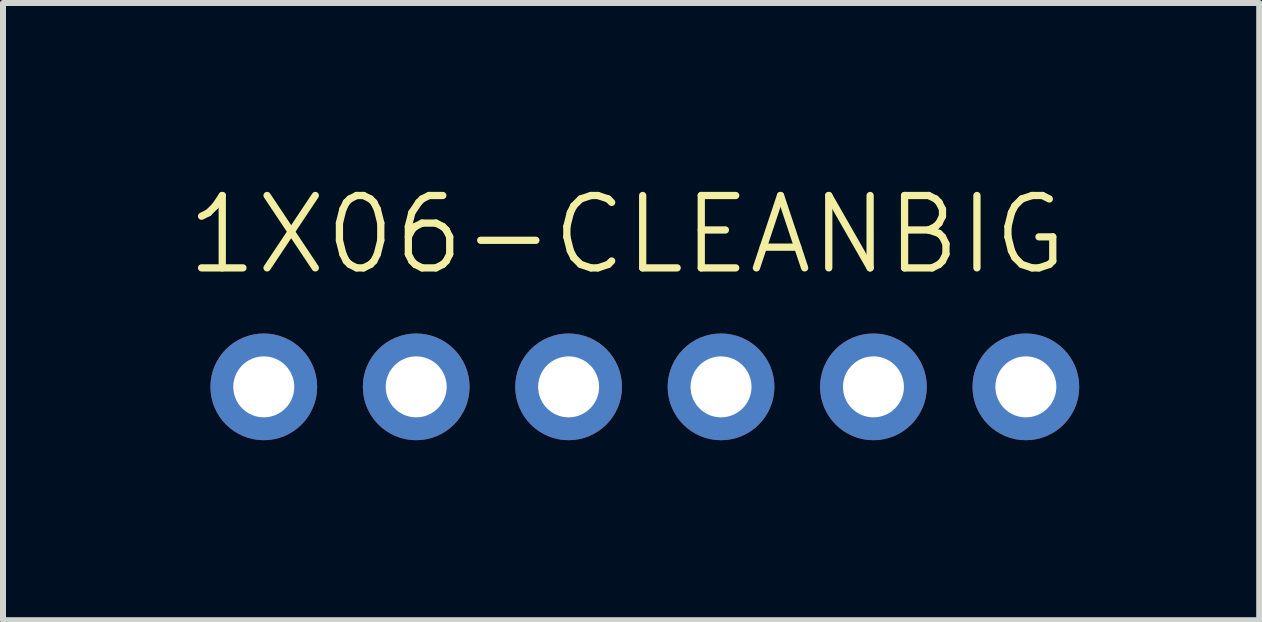
<source format=kicad_pcb>
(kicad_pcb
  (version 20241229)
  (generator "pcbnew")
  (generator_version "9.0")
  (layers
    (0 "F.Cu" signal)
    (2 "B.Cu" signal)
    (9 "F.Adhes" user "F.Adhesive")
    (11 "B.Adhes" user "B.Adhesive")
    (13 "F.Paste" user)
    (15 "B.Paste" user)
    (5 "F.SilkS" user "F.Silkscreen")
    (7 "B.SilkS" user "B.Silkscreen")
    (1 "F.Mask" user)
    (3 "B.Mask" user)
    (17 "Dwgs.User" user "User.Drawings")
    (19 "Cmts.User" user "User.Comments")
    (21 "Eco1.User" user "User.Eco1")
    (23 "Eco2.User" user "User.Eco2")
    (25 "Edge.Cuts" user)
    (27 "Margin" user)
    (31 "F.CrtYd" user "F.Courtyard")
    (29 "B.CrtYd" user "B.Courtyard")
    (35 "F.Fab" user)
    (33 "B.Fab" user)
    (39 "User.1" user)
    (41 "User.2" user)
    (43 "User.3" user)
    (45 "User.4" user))
  (footprint "1X06-CLEANBIG"
    (layer "F.Cu")
    (at 7.696 3.397)
    (property "Reference" "1X06-CLEANBIG" (at -7.696 -1.829 0) (layer "F.SilkS") (effects (font (size 1.206 1.206) (thickness 0.121)) (justify left bottom)))
    (attr through_hole)
    (fp_poly (pts (xy -6.604 0.254) (xy -6.096 0.254) (xy -6.096 -0.254) (xy -6.604 -0.254)) (stroke (width 0.1) (type solid)) (fill no) (layer "F.Fab"))
    (fp_poly (pts (xy -4.064 0.254) (xy -3.556 0.254) (xy -3.556 -0.254) (xy -4.064 -0.254)) (stroke (width 0.1) (type solid)) (fill no) (layer "F.Fab"))
    (fp_poly (pts (xy -1.524 0.254) (xy -1.016 0.254) (xy -1.016 -0.254) (xy -1.524 -0.254)) (stroke (width 0.1) (type solid)) (fill no) (layer "F.Fab"))
    (fp_poly (pts (xy 1.016 0.254) (xy 1.524 0.254) (xy 1.524 -0.254) (xy 1.016 -0.254)) (stroke (width 0.1) (type solid)) (fill no) (layer "F.Fab"))
    (fp_poly (pts (xy 3.556 0.254) (xy 4.064 0.254) (xy 4.064 -0.254) (xy 3.556 -0.254)) (stroke (width 0.1) (type solid)) (fill no) (layer "F.Fab"))
    (fp_poly (pts (xy 6.096 0.254) (xy 6.604 0.254) (xy 6.604 -0.254) (xy 6.096 -0.254)) (stroke (width 0.1) (type solid)) (fill no) (layer "F.Fab"))
    (pad "1" thru_hole circle (at -6.35 0 90) (size 1.778 1.778) (drill 1.016) (layers "*.Cu" "*.Mask"))
    (pad "2" thru_hole circle (at -3.81 0 90) (size 1.778 1.778) (drill 1.016) (layers "*.Cu" "*.Mask"))
    (pad "3" thru_hole circle (at -1.27 0 90) (size 1.778 1.778) (drill 1.016) (layers "*.Cu" "*.Mask"))
    (pad "4" thru_hole circle (at 1.27 0 90) (size 1.778 1.778) (drill 1.016) (layers "*.Cu" "*.Mask"))
    (pad "5" thru_hole circle (at 3.81 0 90) (size 1.778 1.778) (drill 1.016) (layers "*.Cu" "*.Mask"))
    (pad "6" thru_hole circle (at 6.35 0 90) (size 1.778 1.778) (drill 1.016) (layers "*.Cu" "*.Mask")))
  (gr_rect
    (start -3 -3)
    (end 17.935 7.286)
    (stroke (width 0.1) (type default))
    (fill no)
    (layer "Edge.Cuts")))
</source>
